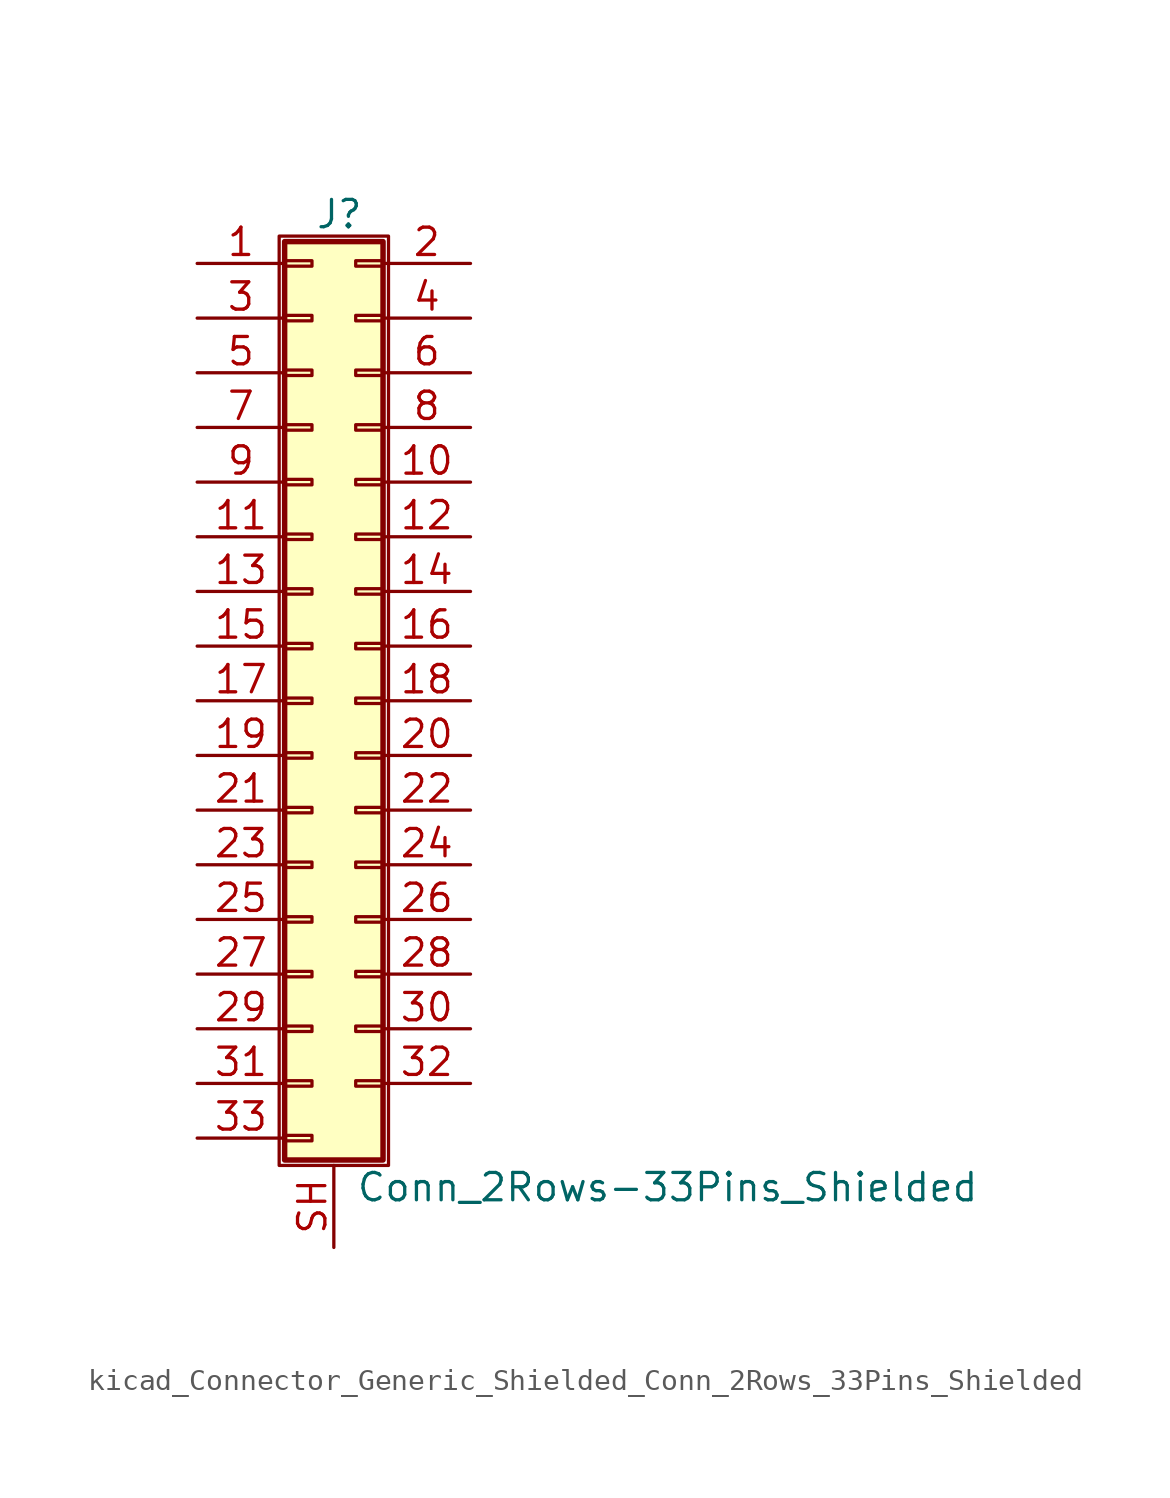
<source format=kicad_sym>
(kicad_symbol_lib
  (version 20220914)
  (generator kicad_symbol_editor)
  (symbol "kicad_Connector_Generic_Shielded_Conn_2Rows_33Pins_Shielded"
    (pin_names
      (offset 1.016) hide)
    (property "Reference" "J"
      (at 1.524 22.606 0)
      (effects (font (size 1.27 1.27))))
    (property "Value" "Conn_2Rows-33Pins_Shielded"
      (at 2.286 -22.606 0)
      (effects (font (size 1.27 1.27)) (justify left)))
    (symbol "kicad_Connector_Generic_Shielded_Conn_2Rows_33Pins_Shielded_1_1"
      (rectangle (start -1.27 21.59) (end 3.81 -21.59) (stroke (width 0.152) (type default)) (fill (type none)))
      (rectangle (start -1.016 -20.193) (end 0.254 -20.447) (stroke (width 0.152) (type default)) (fill (type none)))
      (rectangle (start -1.016 -17.653) (end 0.254 -17.907) (stroke (width 0.152) (type default)) (fill (type none)))
      (rectangle (start -1.016 -15.113) (end 0.254 -15.367) (stroke (width 0.152) (type default)) (fill (type none)))
      (rectangle (start -1.016 -12.573) (end 0.254 -12.827) (stroke (width 0.152) (type default)) (fill (type none)))
      (rectangle (start -1.016 -10.033) (end 0.254 -10.287) (stroke (width 0.152) (type default)) (fill (type none)))
      (rectangle (start -1.016 -7.493) (end 0.254 -7.747) (stroke (width 0.152) (type default)) (fill (type none)))
      (rectangle (start -1.016 -4.953) (end 0.254 -5.207) (stroke (width 0.152) (type default)) (fill (type none)))
      (rectangle (start -1.016 -2.413) (end 0.254 -2.667) (stroke (width 0.152) (type default)) (fill (type none)))
      (rectangle (start -1.016 0.127) (end 0.254 -0.127) (stroke (width 0.152) (type default)) (fill (type none)))
      (rectangle (start -1.016 2.667) (end 0.254 2.413) (stroke (width 0.152) (type default)) (fill (type none)))
      (rectangle (start -1.016 5.207) (end 0.254 4.953) (stroke (width 0.152) (type default)) (fill (type none)))
      (rectangle (start -1.016 7.747) (end 0.254 7.493) (stroke (width 0.152) (type default)) (fill (type none)))
      (rectangle (start -1.016 10.287) (end 0.254 10.033) (stroke (width 0.152) (type default)) (fill (type none)))
      (rectangle (start -1.016 12.827) (end 0.254 12.573) (stroke (width 0.152) (type default)) (fill (type none)))
      (rectangle (start -1.016 15.367) (end 0.254 15.113) (stroke (width 0.152) (type default)) (fill (type none)))
      (rectangle (start -1.016 17.907) (end 0.254 17.653) (stroke (width 0.152) (type default)) (fill (type none)))
      (rectangle (start -1.016 20.447) (end 0.254 20.193) (stroke (width 0.152) (type default)) (fill (type none)))
      (rectangle (start -1.016 21.336) (end 3.556 -21.336) (stroke (width 0.254) (type default)) (fill (type background)))
      (rectangle (start 3.556 -17.653) (end 2.286 -17.907) (stroke (width 0.152) (type default)) (fill (type none)))
      (rectangle (start 3.556 -15.113) (end 2.286 -15.367) (stroke (width 0.152) (type default)) (fill (type none)))
      (rectangle (start 3.556 -12.573) (end 2.286 -12.827) (stroke (width 0.152) (type default)) (fill (type none)))
      (rectangle (start 3.556 -10.033) (end 2.286 -10.287) (stroke (width 0.152) (type default)) (fill (type none)))
      (rectangle (start 3.556 -7.493) (end 2.286 -7.747) (stroke (width 0.152) (type default)) (fill (type none)))
      (rectangle (start 3.556 -4.953) (end 2.286 -5.207) (stroke (width 0.152) (type default)) (fill (type none)))
      (rectangle (start 3.556 -2.413) (end 2.286 -2.667) (stroke (width 0.152) (type default)) (fill (type none)))
      (rectangle (start 3.556 0.127) (end 2.286 -0.127) (stroke (width 0.152) (type default)) (fill (type none)))
      (rectangle (start 3.556 2.667) (end 2.286 2.413) (stroke (width 0.152) (type default)) (fill (type none)))
      (rectangle (start 3.556 5.207) (end 2.286 4.953) (stroke (width 0.152) (type default)) (fill (type none)))
      (rectangle (start 3.556 7.747) (end 2.286 7.493) (stroke (width 0.152) (type default)) (fill (type none)))
      (rectangle (start 3.556 10.287) (end 2.286 10.033) (stroke (width 0.152) (type default)) (fill (type none)))
      (rectangle (start 3.556 12.827) (end 2.286 12.573) (stroke (width 0.152) (type default)) (fill (type none)))
      (rectangle (start 3.556 15.367) (end 2.286 15.113) (stroke (width 0.152) (type default)) (fill (type none)))
      (rectangle (start 3.556 17.907) (end 2.286 17.653) (stroke (width 0.152) (type default)) (fill (type none)))
      (rectangle (start 3.556 20.447) (end 2.286 20.193) (stroke (width 0.152) (type default)) (fill (type none)))
      (pin passive line (at -5.08 20.32 0) (length 4.064) (name "Pin_1" (effects (font (size 1.27 1.27)))) (number "1" (effects (font (size 1.27 1.27)))))
      (pin passive line (at 7.62 10.16 180) (length 4.064) (name "Pin_10" (effects (font (size 1.27 1.27)))) (number "10" (effects (font (size 1.27 1.27)))))
      (pin passive line (at -5.08 7.62 0) (length 4.064) (name "Pin_11" (effects (font (size 1.27 1.27)))) (number "11" (effects (font (size 1.27 1.27)))))
      (pin passive line (at 7.62 7.62 180) (length 4.064) (name "Pin_12" (effects (font (size 1.27 1.27)))) (number "12" (effects (font (size 1.27 1.27)))))
      (pin passive line (at -5.08 5.08 0) (length 4.064) (name "Pin_13" (effects (font (size 1.27 1.27)))) (number "13" (effects (font (size 1.27 1.27)))))
      (pin passive line (at 7.62 5.08 180) (length 4.064) (name "Pin_14" (effects (font (size 1.27 1.27)))) (number "14" (effects (font (size 1.27 1.27)))))
      (pin passive line (at -5.08 2.54 0) (length 4.064) (name "Pin_15" (effects (font (size 1.27 1.27)))) (number "15" (effects (font (size 1.27 1.27)))))
      (pin passive line (at 7.62 2.54 180) (length 4.064) (name "Pin_16" (effects (font (size 1.27 1.27)))) (number "16" (effects (font (size 1.27 1.27)))))
      (pin passive line (at -5.08 0 0) (length 4.064) (name "Pin_17" (effects (font (size 1.27 1.27)))) (number "17" (effects (font (size 1.27 1.27)))))
      (pin passive line (at 7.62 0 180) (length 4.064) (name "Pin_18" (effects (font (size 1.27 1.27)))) (number "18" (effects (font (size 1.27 1.27)))))
      (pin passive line (at -5.08 -2.54 0) (length 4.064) (name "Pin_19" (effects (font (size 1.27 1.27)))) (number "19" (effects (font (size 1.27 1.27)))))
      (pin passive line (at 7.62 20.32 180) (length 4.064) (name "Pin_2" (effects (font (size 1.27 1.27)))) (number "2" (effects (font (size 1.27 1.27)))))
      (pin passive line (at 7.62 -2.54 180) (length 4.064) (name "Pin_20" (effects (font (size 1.27 1.27)))) (number "20" (effects (font (size 1.27 1.27)))))
      (pin passive line (at -5.08 -5.08 0) (length 4.064) (name "Pin_21" (effects (font (size 1.27 1.27)))) (number "21" (effects (font (size 1.27 1.27)))))
      (pin passive line (at 7.62 -5.08 180) (length 4.064) (name "Pin_22" (effects (font (size 1.27 1.27)))) (number "22" (effects (font (size 1.27 1.27)))))
      (pin passive line (at -5.08 -7.62 0) (length 4.064) (name "Pin_23" (effects (font (size 1.27 1.27)))) (number "23" (effects (font (size 1.27 1.27)))))
      (pin passive line (at 7.62 -7.62 180) (length 4.064) (name "Pin_24" (effects (font (size 1.27 1.27)))) (number "24" (effects (font (size 1.27 1.27)))))
      (pin passive line (at -5.08 -10.16 0) (length 4.064) (name "Pin_25" (effects (font (size 1.27 1.27)))) (number "25" (effects (font (size 1.27 1.27)))))
      (pin passive line (at 7.62 -10.16 180) (length 4.064) (name "Pin_26" (effects (font (size 1.27 1.27)))) (number "26" (effects (font (size 1.27 1.27)))))
      (pin passive line (at -5.08 -12.7 0) (length 4.064) (name "Pin_27" (effects (font (size 1.27 1.27)))) (number "27" (effects (font (size 1.27 1.27)))))
      (pin passive line (at 7.62 -12.7 180) (length 4.064) (name "Pin_28" (effects (font (size 1.27 1.27)))) (number "28" (effects (font (size 1.27 1.27)))))
      (pin passive line (at -5.08 -15.24 0) (length 4.064) (name "Pin_29" (effects (font (size 1.27 1.27)))) (number "29" (effects (font (size 1.27 1.27)))))
      (pin passive line (at -5.08 17.78 0) (length 4.064) (name "Pin_3" (effects (font (size 1.27 1.27)))) (number "3" (effects (font (size 1.27 1.27)))))
      (pin passive line (at 7.62 -15.24 180) (length 4.064) (name "Pin_30" (effects (font (size 1.27 1.27)))) (number "30" (effects (font (size 1.27 1.27)))))
      (pin passive line (at -5.08 -17.78 0) (length 4.064) (name "Pin_31" (effects (font (size 1.27 1.27)))) (number "31" (effects (font (size 1.27 1.27)))))
      (pin passive line (at 7.62 -17.78 180) (length 4.064) (name "Pin_32" (effects (font (size 1.27 1.27)))) (number "32" (effects (font (size 1.27 1.27)))))
      (pin passive line (at -5.08 -20.32 0) (length 4.064) (name "Pin_33" (effects (font (size 1.27 1.27)))) (number "33" (effects (font (size 1.27 1.27)))))
      (pin passive line (at 7.62 17.78 180) (length 4.064) (name "Pin_4" (effects (font (size 1.27 1.27)))) (number "4" (effects (font (size 1.27 1.27)))))
      (pin passive line (at -5.08 15.24 0) (length 4.064) (name "Pin_5" (effects (font (size 1.27 1.27)))) (number "5" (effects (font (size 1.27 1.27)))))
      (pin passive line (at 7.62 15.24 180) (length 4.064) (name "Pin_6" (effects (font (size 1.27 1.27)))) (number "6" (effects (font (size 1.27 1.27)))))
      (pin passive line (at -5.08 12.7 0) (length 4.064) (name "Pin_7" (effects (font (size 1.27 1.27)))) (number "7" (effects (font (size 1.27 1.27)))))
      (pin passive line (at 7.62 12.7 180) (length 4.064) (name "Pin_8" (effects (font (size 1.27 1.27)))) (number "8" (effects (font (size 1.27 1.27)))))
      (pin passive line (at -5.08 10.16 0) (length 4.064) (name "Pin_9" (effects (font (size 1.27 1.27)))) (number "9" (effects (font (size 1.27 1.27)))))
      (pin passive line (at 1.27 -25.4 90) (length 3.81) (name "Shield" (effects (font (size 1.27 1.27)))) (number "SH" (effects (font (size 1.27 1.27))))))))
</source>
